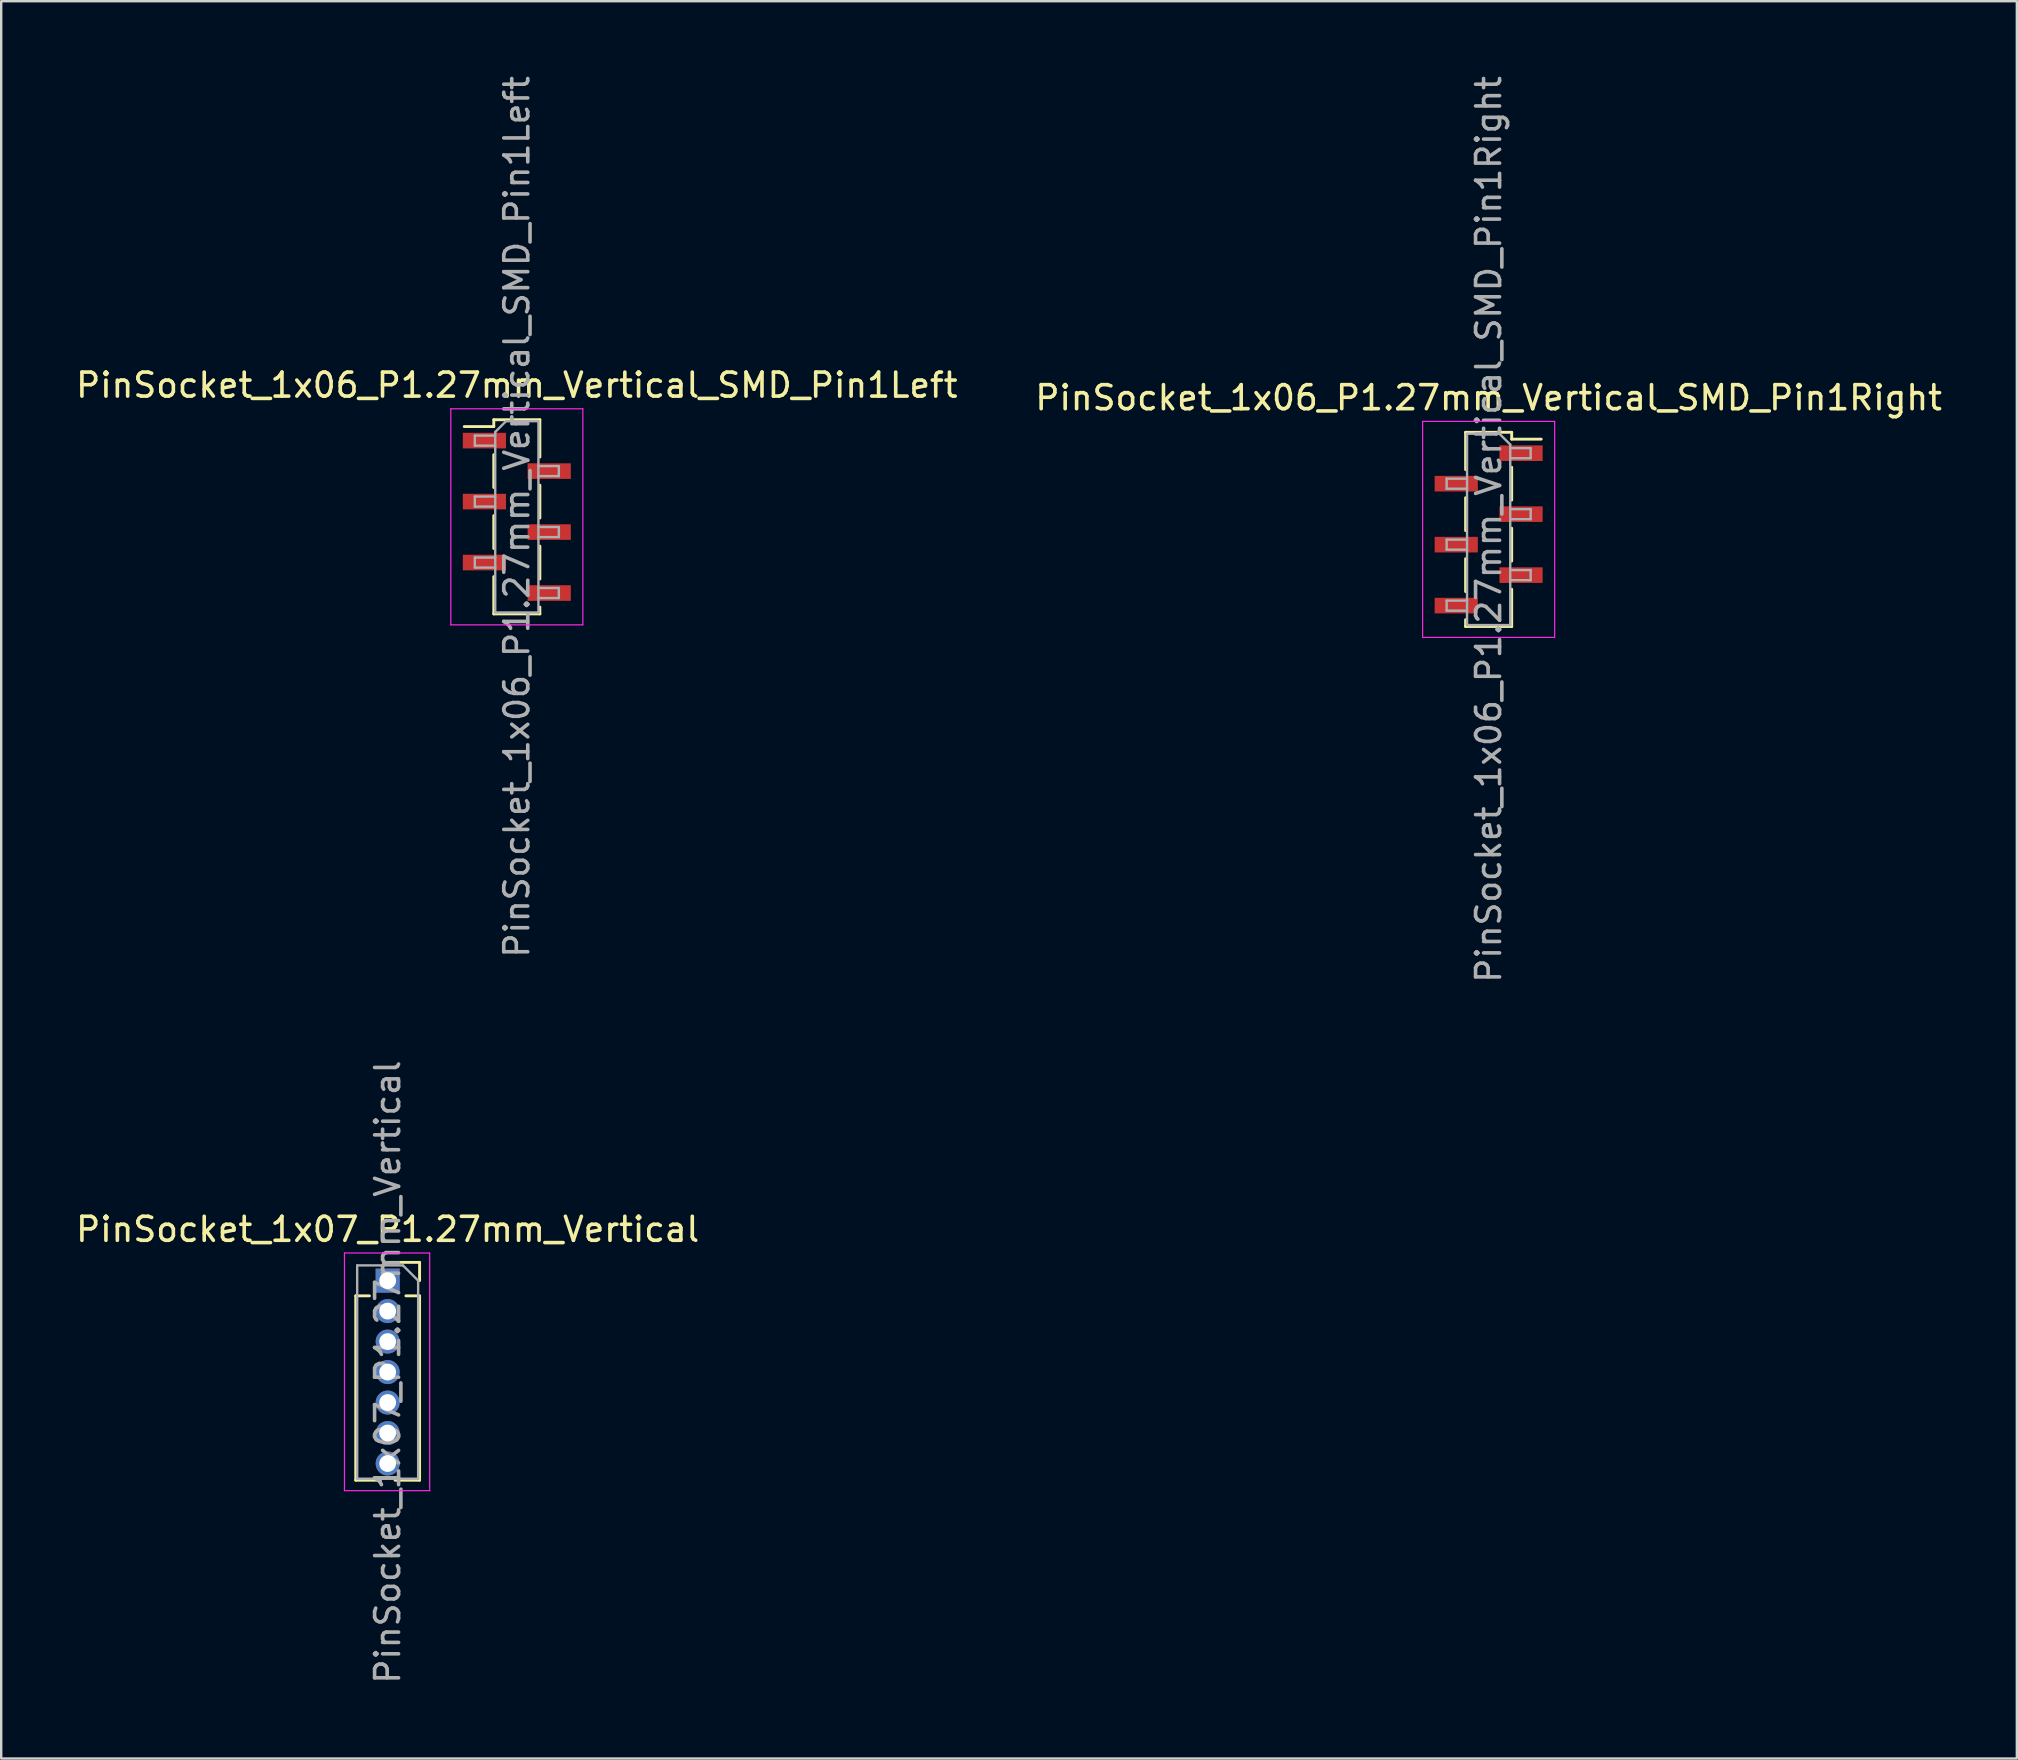
<source format=kicad_pcb>
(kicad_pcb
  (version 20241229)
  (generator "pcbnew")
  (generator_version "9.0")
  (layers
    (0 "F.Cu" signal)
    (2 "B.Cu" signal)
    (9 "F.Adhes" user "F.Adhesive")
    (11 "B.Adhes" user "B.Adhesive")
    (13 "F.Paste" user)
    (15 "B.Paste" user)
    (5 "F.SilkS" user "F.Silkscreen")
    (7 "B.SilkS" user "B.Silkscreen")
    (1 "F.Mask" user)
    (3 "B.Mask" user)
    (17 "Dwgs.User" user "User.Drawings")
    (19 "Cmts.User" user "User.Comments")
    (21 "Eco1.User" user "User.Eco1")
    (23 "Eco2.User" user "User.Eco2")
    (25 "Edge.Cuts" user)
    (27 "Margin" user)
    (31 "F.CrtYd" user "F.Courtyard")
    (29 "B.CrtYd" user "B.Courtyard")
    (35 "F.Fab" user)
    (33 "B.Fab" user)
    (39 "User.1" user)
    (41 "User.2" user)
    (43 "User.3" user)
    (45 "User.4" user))
  (footprint "PinSocket_1x07_P1.27mm_Vertical"
    (layer "F.Cu")
    (at 13.101 50.303)
    (property "Reference" "PinSocket_1x07_P1.27mm_Vertical" (at 0 -2.135 0) (layer "F.SilkS") (effects (font (size 1 1) (thickness 0.15))))
    (attr through_hole)
    (fp_line (start -1.33 0.635) (end -1.33 8.315) (stroke (width 0.12) (type solid)) (layer "F.SilkS"))
    (fp_line (start -1.33 0.635) (end -0.76 0.635) (stroke (width 0.12) (type solid)) (layer "F.SilkS"))
    (fp_line (start -1.33 8.315) (end -0.308 8.315) (stroke (width 0.12) (type solid)) (layer "F.SilkS"))
    (fp_line (start 0 -0.76) (end 1.33 -0.76) (stroke (width 0.12) (type solid)) (layer "F.SilkS"))
    (fp_line (start 0.308 8.315) (end 1.33 8.315) (stroke (width 0.12) (type solid)) (layer "F.SilkS"))
    (fp_line (start 0.76 0.635) (end 1.33 0.635) (stroke (width 0.12) (type solid)) (layer "F.SilkS"))
    (fp_line (start 1.33 -0.76) (end 1.33 0) (stroke (width 0.12) (type solid)) (layer "F.SilkS"))
    (fp_line (start 1.33 0.635) (end 1.33 8.315) (stroke (width 0.12) (type solid)) (layer "F.SilkS"))
    (fp_line (start -1.8 -1.15) (end 1.75 -1.15) (stroke (width 0.05) (type solid)) (layer "F.CrtYd"))
    (fp_line (start -1.8 8.75) (end -1.8 -1.15) (stroke (width 0.05) (type solid)) (layer "F.CrtYd"))
    (fp_line (start 1.75 -1.15) (end 1.75 8.75) (stroke (width 0.05) (type solid)) (layer "F.CrtYd"))
    (fp_line (start 1.75 8.75) (end -1.8 8.75) (stroke (width 0.05) (type solid)) (layer "F.CrtYd"))
    (fp_line (start -1.27 -0.635) (end 0.635 -0.635) (stroke (width 0.1) (type solid)) (layer "F.Fab"))
    (fp_line (start -1.27 8.255) (end -1.27 -0.635) (stroke (width 0.1) (type solid)) (layer "F.Fab"))
    (fp_line (start 0.635 -0.635) (end 1.27 0) (stroke (width 0.1) (type solid)) (layer "F.Fab"))
    (fp_line (start 1.27 0) (end 1.27 8.255) (stroke (width 0.1) (type solid)) (layer "F.Fab"))
    (fp_line (start 1.27 8.255) (end -1.27 8.255) (stroke (width 0.1) (type solid)) (layer "F.Fab"))
    (fp_text user "${REFERENCE}" (at 0 3.81 90) (layer "F.Fab") (effects (font (size 1 1) (thickness 0.15))))
    (pad "1" thru_hole rect (at 0 0) (size 1 1) (drill 0.7) (layers "*.Cu" "*.Mask"))
    (pad "2" thru_hole oval (at 0 1.27) (size 1 1) (drill 0.7) (layers "*.Cu" "*.Mask"))
    (pad "3" thru_hole oval (at 0 2.54) (size 1 1) (drill 0.7) (layers "*.Cu" "*.Mask"))
    (pad "4" thru_hole oval (at 0 3.81) (size 1 1) (drill 0.7) (layers "*.Cu" "*.Mask"))
    (pad "5" thru_hole oval (at 0 5.08) (size 1 1) (drill 0.7) (layers "*.Cu" "*.Mask"))
    (pad "6" thru_hole oval (at 0 6.35) (size 1 1) (drill 0.7) (layers "*.Cu" "*.Mask"))
    (pad "7" thru_hole oval (at 0 7.62) (size 1 1) (drill 0.7) (layers "*.Cu" "*.Mask")))
  (footprint "PinSocket_1x06_P1.27mm_Vertical_SMD_Pin1Right"
    (layer "F.Cu")
    (at 58.97 19.006)
    (property "Reference" "PinSocket_1x06_P1.27mm_Vertical_SMD_Pin1Right" (at 0 -5.485 0) (layer "F.SilkS") (effects (font (size 1 1) (thickness 0.15))))
    (attr smd)
    (fp_line (start -0.96 -4.045) (end -0.96 -2.49) (stroke (width 0.12) (type solid)) (layer "F.SilkS"))
    (fp_line (start -0.96 -4.045) (end 0.96 -4.045) (stroke (width 0.12) (type solid)) (layer "F.SilkS"))
    (fp_line (start -0.96 -1.32) (end -0.96 0.05) (stroke (width 0.12) (type solid)) (layer "F.SilkS"))
    (fp_line (start -0.96 1.22) (end -0.96 2.59) (stroke (width 0.12) (type solid)) (layer "F.SilkS"))
    (fp_line (start -0.96 3.76) (end -0.96 4.045) (stroke (width 0.12) (type solid)) (layer "F.SilkS"))
    (fp_line (start -0.96 4.045) (end 0.96 4.045) (stroke (width 0.12) (type solid)) (layer "F.SilkS"))
    (fp_line (start 0.96 -4.045) (end 0.96 -3.76) (stroke (width 0.12) (type solid)) (layer "F.SilkS"))
    (fp_line (start 0.96 -3.76) (end 2.19 -3.76) (stroke (width 0.12) (type solid)) (layer "F.SilkS"))
    (fp_line (start 0.96 -2.59) (end 0.96 -1.22) (stroke (width 0.12) (type solid)) (layer "F.SilkS"))
    (fp_line (start 0.96 -0.05) (end 0.96 1.32) (stroke (width 0.12) (type solid)) (layer "F.SilkS"))
    (fp_line (start 0.96 2.49) (end 0.96 4.045) (stroke (width 0.12) (type solid)) (layer "F.SilkS"))
    (fp_line (start -2.75 -4.5) (end 2.75 -4.5) (stroke (width 0.05) (type solid)) (layer "F.CrtYd"))
    (fp_line (start -2.75 4.5) (end -2.75 -4.5) (stroke (width 0.05) (type solid)) (layer "F.CrtYd"))
    (fp_line (start 2.75 -4.5) (end 2.75 4.5) (stroke (width 0.05) (type solid)) (layer "F.CrtYd"))
    (fp_line (start 2.75 4.5) (end -2.75 4.5) (stroke (width 0.05) (type solid)) (layer "F.CrtYd"))
    (fp_line (start -1.75 -2.115) (end -0.9 -2.115) (stroke (width 0.1) (type solid)) (layer "F.Fab"))
    (fp_line (start -1.75 -1.695) (end -1.75 -2.115) (stroke (width 0.1) (type solid)) (layer "F.Fab"))
    (fp_line (start -1.75 0.425) (end -0.9 0.425) (stroke (width 0.1) (type solid)) (layer "F.Fab"))
    (fp_line (start -1.75 0.845) (end -1.75 0.425) (stroke (width 0.1) (type solid)) (layer "F.Fab"))
    (fp_line (start -1.75 2.965) (end -0.9 2.965) (stroke (width 0.1) (type solid)) (layer "F.Fab"))
    (fp_line (start -1.75 3.385) (end -1.75 2.965) (stroke (width 0.1) (type solid)) (layer "F.Fab"))
    (fp_line (start -0.9 -3.985) (end 0.45 -3.985) (stroke (width 0.1) (type solid)) (layer "F.Fab"))
    (fp_line (start -0.9 -1.695) (end -1.75 -1.695) (stroke (width 0.1) (type solid)) (layer "F.Fab"))
    (fp_line (start -0.9 0.845) (end -1.75 0.845) (stroke (width 0.1) (type solid)) (layer "F.Fab"))
    (fp_line (start -0.9 3.385) (end -1.75 3.385) (stroke (width 0.1) (type solid)) (layer "F.Fab"))
    (fp_line (start -0.9 3.985) (end -0.9 -3.985) (stroke (width 0.1) (type solid)) (layer "F.Fab"))
    (fp_line (start 0.45 -3.985) (end 0.9 -3.535) (stroke (width 0.1) (type solid)) (layer "F.Fab"))
    (fp_line (start 0.9 -3.535) (end 0.9 3.985) (stroke (width 0.1) (type solid)) (layer "F.Fab"))
    (fp_line (start 0.9 -3.385) (end 1.75 -3.385) (stroke (width 0.1) (type solid)) (layer "F.Fab"))
    (fp_line (start 0.9 -0.845) (end 1.75 -0.845) (stroke (width 0.1) (type solid)) (layer "F.Fab"))
    (fp_line (start 0.9 1.695) (end 1.75 1.695) (stroke (width 0.1) (type solid)) (layer "F.Fab"))
    (fp_line (start 0.9 3.985) (end -0.9 3.985) (stroke (width 0.1) (type solid)) (layer "F.Fab"))
    (fp_line (start 1.75 -3.385) (end 1.75 -2.965) (stroke (width 0.1) (type solid)) (layer "F.Fab"))
    (fp_line (start 1.75 -2.965) (end 0.9 -2.965) (stroke (width 0.1) (type solid)) (layer "F.Fab"))
    (fp_line (start 1.75 -0.845) (end 1.75 -0.425) (stroke (width 0.1) (type solid)) (layer "F.Fab"))
    (fp_line (start 1.75 -0.425) (end 0.9 -0.425) (stroke (width 0.1) (type solid)) (layer "F.Fab"))
    (fp_line (start 1.75 1.695) (end 1.75 2.115) (stroke (width 0.1) (type solid)) (layer "F.Fab"))
    (fp_line (start 1.75 2.115) (end 0.9 2.115) (stroke (width 0.1) (type solid)) (layer "F.Fab"))
    (fp_text user "${REFERENCE}" (at 0 0 90) (layer "F.Fab") (effects (font (size 1 1) (thickness 0.15))))
    (pad "1" smd rect (at 1.35 -3.175) (size 1.8 0.65) (layers "F.Cu" "F.Mask" "F.Paste"))
    (pad "2" smd rect (at -1.35 -1.905) (size 1.8 0.65) (layers "F.Cu" "F.Mask" "F.Paste"))
    (pad "3" smd rect (at 1.35 -0.635) (size 1.8 0.65) (layers "F.Cu" "F.Mask" "F.Paste"))
    (pad "4" smd rect (at -1.35 0.635) (size 1.8 0.65) (layers "F.Cu" "F.Mask" "F.Paste"))
    (pad "5" smd rect (at 1.35 1.905) (size 1.8 0.65) (layers "F.Cu" "F.Mask" "F.Paste"))
    (pad "6" smd rect (at -1.35 3.175) (size 1.8 0.65) (layers "F.Cu" "F.Mask" "F.Paste")))
  (footprint "PinSocket_1x06_P1.27mm_Vertical_SMD_Pin1Left"
    (layer "F.Cu")
    (at 18.482 18.482)
    (property "Reference" "PinSocket_1x06_P1.27mm_Vertical_SMD_Pin1Left" (at 0 -5.485 0) (layer "F.SilkS") (effects (font (size 1 1) (thickness 0.15))))
    (attr smd)
    (fp_line (start -2.19 -3.76) (end -0.96 -3.76) (stroke (width 0.12) (type solid)) (layer "F.SilkS"))
    (fp_line (start -0.96 -4.045) (end -0.96 -3.76) (stroke (width 0.12) (type solid)) (layer "F.SilkS"))
    (fp_line (start -0.96 -4.045) (end 0.96 -4.045) (stroke (width 0.12) (type solid)) (layer "F.SilkS"))
    (fp_line (start -0.96 -2.59) (end -0.96 -1.22) (stroke (width 0.12) (type solid)) (layer "F.SilkS"))
    (fp_line (start -0.96 -0.05) (end -0.96 1.32) (stroke (width 0.12) (type solid)) (layer "F.SilkS"))
    (fp_line (start -0.96 2.49) (end -0.96 4.045) (stroke (width 0.12) (type solid)) (layer "F.SilkS"))
    (fp_line (start -0.96 4.045) (end 0.96 4.045) (stroke (width 0.12) (type solid)) (layer "F.SilkS"))
    (fp_line (start 0.96 -4.045) (end 0.96 -2.49) (stroke (width 0.12) (type solid)) (layer "F.SilkS"))
    (fp_line (start 0.96 -1.32) (end 0.96 0.05) (stroke (width 0.12) (type solid)) (layer "F.SilkS"))
    (fp_line (start 0.96 1.22) (end 0.96 2.59) (stroke (width 0.12) (type solid)) (layer "F.SilkS"))
    (fp_line (start 0.96 3.76) (end 0.96 4.045) (stroke (width 0.12) (type solid)) (layer "F.SilkS"))
    (fp_line (start -2.75 -4.5) (end 2.75 -4.5) (stroke (width 0.05) (type solid)) (layer "F.CrtYd"))
    (fp_line (start -2.75 4.5) (end -2.75 -4.5) (stroke (width 0.05) (type solid)) (layer "F.CrtYd"))
    (fp_line (start 2.75 -4.5) (end 2.75 4.5) (stroke (width 0.05) (type solid)) (layer "F.CrtYd"))
    (fp_line (start 2.75 4.5) (end -2.75 4.5) (stroke (width 0.05) (type solid)) (layer "F.CrtYd"))
    (fp_line (start -1.75 -3.385) (end -0.9 -3.385) (stroke (width 0.1) (type solid)) (layer "F.Fab"))
    (fp_line (start -1.75 -2.965) (end -1.75 -3.385) (stroke (width 0.1) (type solid)) (layer "F.Fab"))
    (fp_line (start -1.75 -0.845) (end -0.9 -0.845) (stroke (width 0.1) (type solid)) (layer "F.Fab"))
    (fp_line (start -1.75 -0.425) (end -1.75 -0.845) (stroke (width 0.1) (type solid)) (layer "F.Fab"))
    (fp_line (start -1.75 1.695) (end -0.9 1.695) (stroke (width 0.1) (type solid)) (layer "F.Fab"))
    (fp_line (start -1.75 2.115) (end -1.75 1.695) (stroke (width 0.1) (type solid)) (layer "F.Fab"))
    (fp_line (start -0.9 -3.535) (end -0.45 -3.985) (stroke (width 0.1) (type solid)) (layer "F.Fab"))
    (fp_line (start -0.9 -2.965) (end -1.75 -2.965) (stroke (width 0.1) (type solid)) (layer "F.Fab"))
    (fp_line (start -0.9 -0.425) (end -1.75 -0.425) (stroke (width 0.1) (type solid)) (layer "F.Fab"))
    (fp_line (start -0.9 2.115) (end -1.75 2.115) (stroke (width 0.1) (type solid)) (layer "F.Fab"))
    (fp_line (start -0.9 3.985) (end -0.9 -3.535) (stroke (width 0.1) (type solid)) (layer "F.Fab"))
    (fp_line (start -0.45 -3.985) (end 0.9 -3.985) (stroke (width 0.1) (type solid)) (layer "F.Fab"))
    (fp_line (start 0.9 -3.985) (end 0.9 3.985) (stroke (width 0.1) (type solid)) (layer "F.Fab"))
    (fp_line (start 0.9 -2.115) (end 1.75 -2.115) (stroke (width 0.1) (type solid)) (layer "F.Fab"))
    (fp_line (start 0.9 0.425) (end 1.75 0.425) (stroke (width 0.1) (type solid)) (layer "F.Fab"))
    (fp_line (start 0.9 2.965) (end 1.75 2.965) (stroke (width 0.1) (type solid)) (layer "F.Fab"))
    (fp_line (start 0.9 3.985) (end -0.9 3.985) (stroke (width 0.1) (type solid)) (layer "F.Fab"))
    (fp_line (start 1.75 -2.115) (end 1.75 -1.695) (stroke (width 0.1) (type solid)) (layer "F.Fab"))
    (fp_line (start 1.75 -1.695) (end 0.9 -1.695) (stroke (width 0.1) (type solid)) (layer "F.Fab"))
    (fp_line (start 1.75 0.425) (end 1.75 0.845) (stroke (width 0.1) (type solid)) (layer "F.Fab"))
    (fp_line (start 1.75 0.845) (end 0.9 0.845) (stroke (width 0.1) (type solid)) (layer "F.Fab"))
    (fp_line (start 1.75 2.965) (end 1.75 3.385) (stroke (width 0.1) (type solid)) (layer "F.Fab"))
    (fp_line (start 1.75 3.385) (end 0.9 3.385) (stroke (width 0.1) (type solid)) (layer "F.Fab"))
    (fp_text user "${REFERENCE}" (at 0 0 90) (layer "F.Fab") (effects (font (size 1 1) (thickness 0.15))))
    (pad "1" smd rect (at -1.35 -3.175) (size 1.8 0.65) (layers "F.Cu" "F.Mask" "F.Paste"))
    (pad "2" smd rect (at 1.35 -1.905) (size 1.8 0.65) (layers "F.Cu" "F.Mask" "F.Paste"))
    (pad "3" smd rect (at -1.35 -0.635) (size 1.8 0.65) (layers "F.Cu" "F.Mask" "F.Paste"))
    (pad "4" smd rect (at 1.35 0.635) (size 1.8 0.65) (layers "F.Cu" "F.Mask" "F.Paste"))
    (pad "5" smd rect (at -1.35 1.905) (size 1.8 0.65) (layers "F.Cu" "F.Mask" "F.Paste"))
    (pad "6" smd rect (at 1.35 3.175) (size 1.8 0.65) (layers "F.Cu" "F.Mask" "F.Paste")))
  (gr_rect
    (start -3 -3)
    (end 80.976 70.214)
    (stroke (width 0.1) (type default))
    (fill no)
    (layer "Edge.Cuts")))
</source>
